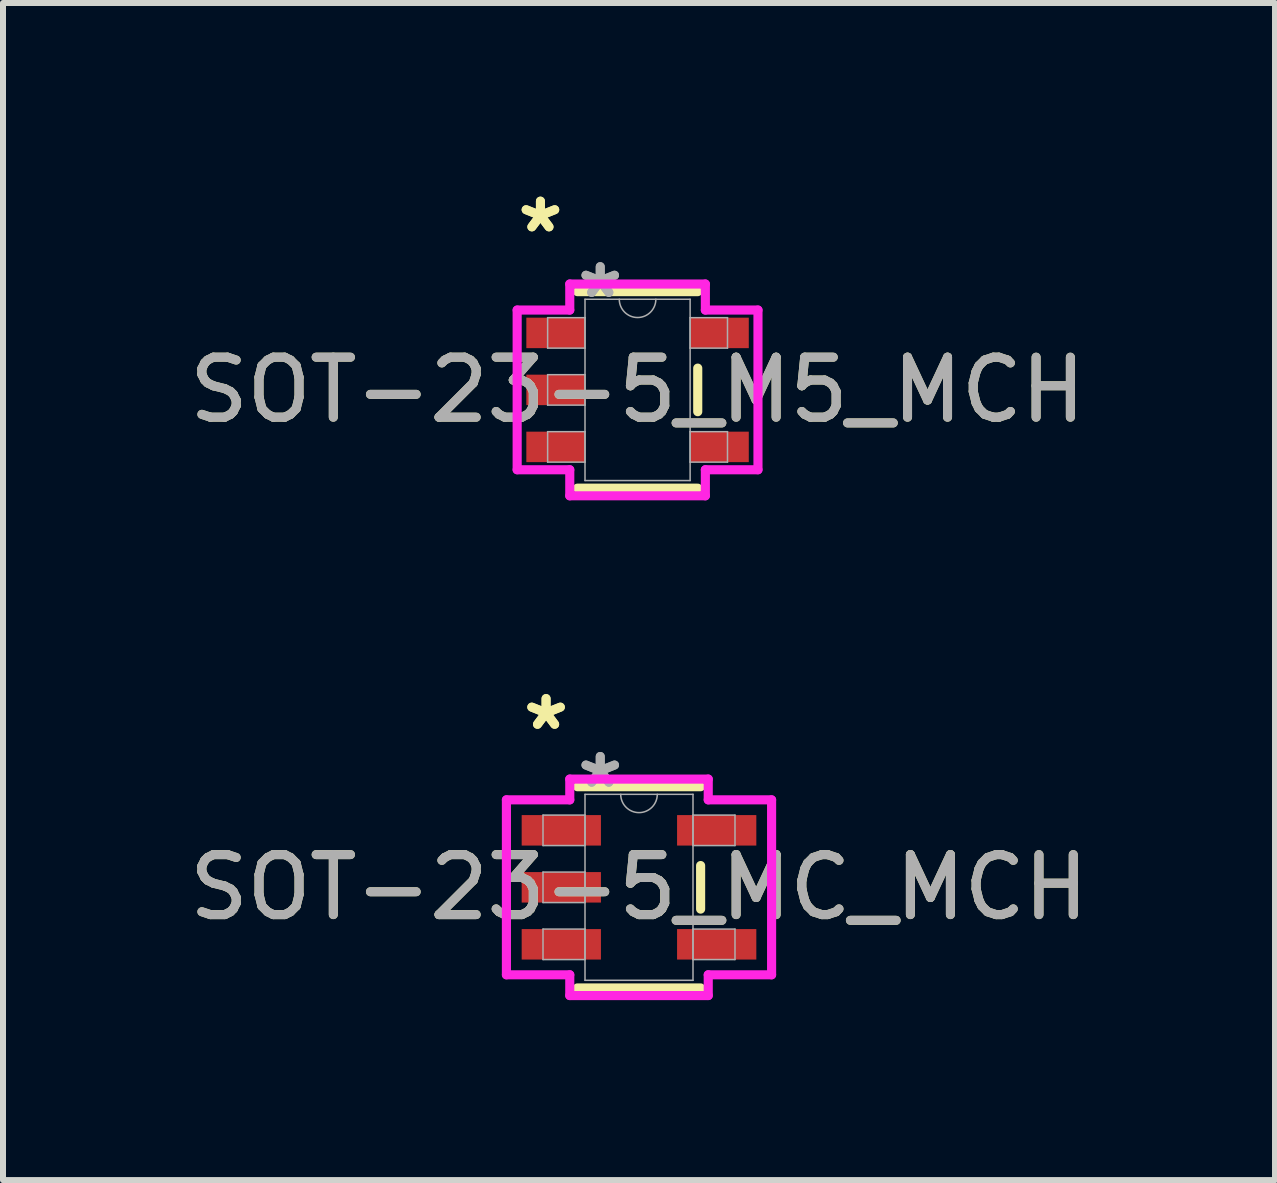
<source format=kicad_pcb>
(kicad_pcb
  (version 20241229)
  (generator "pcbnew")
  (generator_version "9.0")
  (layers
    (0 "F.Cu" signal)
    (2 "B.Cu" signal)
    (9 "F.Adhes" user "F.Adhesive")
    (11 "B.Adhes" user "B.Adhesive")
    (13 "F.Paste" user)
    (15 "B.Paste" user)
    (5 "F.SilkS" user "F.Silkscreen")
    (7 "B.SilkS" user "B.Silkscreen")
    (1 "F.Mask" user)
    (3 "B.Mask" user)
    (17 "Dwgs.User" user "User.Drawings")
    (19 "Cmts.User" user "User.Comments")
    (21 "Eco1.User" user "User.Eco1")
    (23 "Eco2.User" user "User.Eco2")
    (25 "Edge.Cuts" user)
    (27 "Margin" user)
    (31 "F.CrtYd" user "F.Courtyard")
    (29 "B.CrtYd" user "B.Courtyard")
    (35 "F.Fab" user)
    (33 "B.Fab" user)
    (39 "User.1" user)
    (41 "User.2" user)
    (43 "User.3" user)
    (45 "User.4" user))
  (footprint "SOT-23-5_M5_MCH"
    (layer "F.Cu")
    (at 7.577 3.449)
    (property "Reference" "SOT-23-5_M5_MCH" (at 0 0 0) (unlocked yes) (layer "F.SilkS") (effects (font (size 1 1) (thickness 0.15))))
    (attr smd)
    (fp_line (start -1.003 1.638) (end 1.003 1.638) (stroke (width 0.152) (type solid)) (layer "F.SilkS"))
    (fp_line (start 1.003 -1.638) (end -1.003 -1.638) (stroke (width 0.152) (type solid)) (layer "F.SilkS"))
    (fp_line (start 1.003 0.363) (end 1.003 -0.363) (stroke (width 0.152) (type solid)) (layer "F.SilkS"))
    (fp_line (start -2.007 -1.331) (end -1.13 -1.331) (stroke (width 0.152) (type solid)) (layer "F.CrtYd"))
    (fp_line (start -2.007 1.331) (end -2.007 -1.331) (stroke (width 0.152) (type solid)) (layer "F.CrtYd"))
    (fp_line (start -1.13 -1.765) (end 1.13 -1.765) (stroke (width 0.152) (type solid)) (layer "F.CrtYd"))
    (fp_line (start -1.13 -1.331) (end -1.13 -1.765) (stroke (width 0.152) (type solid)) (layer "F.CrtYd"))
    (fp_line (start -1.13 1.331) (end -2.007 1.331) (stroke (width 0.152) (type solid)) (layer "F.CrtYd"))
    (fp_line (start -1.13 1.765) (end -1.13 1.331) (stroke (width 0.152) (type solid)) (layer "F.CrtYd"))
    (fp_line (start 1.13 -1.765) (end 1.13 -1.331) (stroke (width 0.152) (type solid)) (layer "F.CrtYd"))
    (fp_line (start 1.13 -1.331) (end 2.007 -1.331) (stroke (width 0.152) (type solid)) (layer "F.CrtYd"))
    (fp_line (start 1.13 1.331) (end 1.13 1.765) (stroke (width 0.152) (type solid)) (layer "F.CrtYd"))
    (fp_line (start 1.13 1.765) (end -1.13 1.765) (stroke (width 0.152) (type solid)) (layer "F.CrtYd"))
    (fp_line (start 2.007 -1.331) (end 2.007 1.331) (stroke (width 0.152) (type solid)) (layer "F.CrtYd"))
    (fp_line (start 2.007 1.331) (end 1.13 1.331) (stroke (width 0.152) (type solid)) (layer "F.CrtYd"))
    (fp_line (start -1.499 -1.204) (end -1.499 -0.696) (stroke (width 0.025) (type solid)) (layer "F.Fab"))
    (fp_line (start -1.499 -0.696) (end -0.876 -0.696) (stroke (width 0.025) (type solid)) (layer "F.Fab"))
    (fp_line (start -1.499 -0.254) (end -1.499 0.254) (stroke (width 0.025) (type solid)) (layer "F.Fab"))
    (fp_line (start -1.499 0.254) (end -0.876 0.254) (stroke (width 0.025) (type solid)) (layer "F.Fab"))
    (fp_line (start -1.499 0.696) (end -1.499 1.204) (stroke (width 0.025) (type solid)) (layer "F.Fab"))
    (fp_line (start -1.499 1.204) (end -0.876 1.204) (stroke (width 0.025) (type solid)) (layer "F.Fab"))
    (fp_line (start -0.876 -1.511) (end -0.876 1.511) (stroke (width 0.025) (type solid)) (layer "F.Fab"))
    (fp_line (start -0.876 -1.204) (end -1.499 -1.204) (stroke (width 0.025) (type solid)) (layer "F.Fab"))
    (fp_line (start -0.876 -0.696) (end -0.876 -1.204) (stroke (width 0.025) (type solid)) (layer "F.Fab"))
    (fp_line (start -0.876 -0.254) (end -1.499 -0.254) (stroke (width 0.025) (type solid)) (layer "F.Fab"))
    (fp_line (start -0.876 0.254) (end -0.876 -0.254) (stroke (width 0.025) (type solid)) (layer "F.Fab"))
    (fp_line (start -0.876 0.696) (end -1.499 0.696) (stroke (width 0.025) (type solid)) (layer "F.Fab"))
    (fp_line (start -0.876 1.204) (end -0.876 0.696) (stroke (width 0.025) (type solid)) (layer "F.Fab"))
    (fp_line (start -0.876 1.511) (end 0.876 1.511) (stroke (width 0.025) (type solid)) (layer "F.Fab"))
    (fp_line (start 0.876 -1.511) (end -0.876 -1.511) (stroke (width 0.025) (type solid)) (layer "F.Fab"))
    (fp_line (start 0.876 -1.204) (end 0.876 -0.696) (stroke (width 0.025) (type solid)) (layer "F.Fab"))
    (fp_line (start 0.876 -0.696) (end 1.499 -0.696) (stroke (width 0.025) (type solid)) (layer "F.Fab"))
    (fp_line (start 0.876 0.696) (end 0.876 1.204) (stroke (width 0.025) (type solid)) (layer "F.Fab"))
    (fp_line (start 0.876 1.204) (end 1.499 1.204) (stroke (width 0.025) (type solid)) (layer "F.Fab"))
    (fp_line (start 0.876 1.511) (end 0.876 -1.511) (stroke (width 0.025) (type solid)) (layer "F.Fab"))
    (fp_line (start 1.499 -1.204) (end 0.876 -1.204) (stroke (width 0.025) (type solid)) (layer "F.Fab"))
    (fp_line (start 1.499 -0.696) (end 1.499 -1.204) (stroke (width 0.025) (type solid)) (layer "F.Fab"))
    (fp_line (start 1.499 0.696) (end 0.876 0.696) (stroke (width 0.025) (type solid)) (layer "F.Fab"))
    (fp_line (start 1.499 1.204) (end 1.499 0.696) (stroke (width 0.025) (type solid)) (layer "F.Fab"))
    (fp_arc (start 0.3048 -1.5113) (mid 0 -1.2065) (end -0.3048 -1.5113) (stroke (width 0.0254) (type solid)) (layer "F.Fab"))
    (fp_text user "*" (at -1.619 -2.601 0) (unlocked yes) (layer "F.SilkS") (effects (font (size 1 1) (thickness 0.15))))
    (fp_text user "*" (at -1.619 -2.601 0) (layer "F.SilkS") (effects (font (size 1 1) (thickness 0.15))))
    (fp_text user "${REFERENCE}" (at 0 0 0) (unlocked yes) (layer "F.Fab") (effects (font (size 1 1) (thickness 0.15))))
    (fp_text user "*" (at -0.622 -1.509 0) (layer "F.Fab") (effects (font (size 1 1) (thickness 0.15))))
    (fp_text user "*" (at -0.622 -1.509 0) (unlocked yes) (layer "F.Fab") (effects (font (size 1 1) (thickness 0.15))))
    (pad "1" smd rect (at -1.365 -0.95) (size 0.978 0.508) (layers "F.Cu" "F.Mask" "F.Paste"))
    (pad "2" smd rect (at -1.365 0) (size 0.978 0.508) (layers "F.Cu" "F.Mask" "F.Paste"))
    (pad "3" smd rect (at -1.365 0.95) (size 0.978 0.508) (layers "F.Cu" "F.Mask" "F.Paste"))
    (pad "4" smd rect (at 1.365 0.95) (size 0.978 0.508) (layers "F.Cu" "F.Mask" "F.Paste"))
    (pad "5" smd rect (at 1.365 -0.95) (size 0.978 0.508) (layers "F.Cu" "F.Mask" "F.Paste")))
  (footprint "SOT-23-5_MC_MCH"
    (layer "F.Cu")
    (at 7.601 11.74)
    (property "Reference" "SOT-23-5_MC_MCH" (at 0 0 0) (unlocked yes) (layer "F.SilkS") (effects (font (size 1 1) (thickness 0.15))))
    (attr smd)
    (fp_line (start -1.027 1.677) (end 1.027 1.677) (stroke (width 0.152) (type solid)) (layer "F.SilkS"))
    (fp_line (start 1.027 -1.677) (end -1.027 -1.677) (stroke (width 0.152) (type solid)) (layer "F.SilkS"))
    (fp_line (start 1.027 0.363) (end 1.027 -0.363) (stroke (width 0.152) (type solid)) (layer "F.SilkS"))
    (fp_line (start -2.21 -1.458) (end -1.154 -1.458) (stroke (width 0.152) (type solid)) (layer "F.CrtYd"))
    (fp_line (start -2.21 1.458) (end -2.21 -1.458) (stroke (width 0.152) (type solid)) (layer "F.CrtYd"))
    (fp_line (start -1.154 -1.804) (end 1.154 -1.804) (stroke (width 0.152) (type solid)) (layer "F.CrtYd"))
    (fp_line (start -1.154 -1.458) (end -1.154 -1.804) (stroke (width 0.152) (type solid)) (layer "F.CrtYd"))
    (fp_line (start -1.154 1.458) (end -2.21 1.458) (stroke (width 0.152) (type solid)) (layer "F.CrtYd"))
    (fp_line (start -1.154 1.804) (end -1.154 1.458) (stroke (width 0.152) (type solid)) (layer "F.CrtYd"))
    (fp_line (start 1.154 -1.804) (end 1.154 -1.458) (stroke (width 0.152) (type solid)) (layer "F.CrtYd"))
    (fp_line (start 1.154 -1.458) (end 2.21 -1.458) (stroke (width 0.152) (type solid)) (layer "F.CrtYd"))
    (fp_line (start 1.154 1.458) (end 1.154 1.804) (stroke (width 0.152) (type solid)) (layer "F.CrtYd"))
    (fp_line (start 1.154 1.804) (end -1.154 1.804) (stroke (width 0.152) (type solid)) (layer "F.CrtYd"))
    (fp_line (start 2.21 -1.458) (end 2.21 1.458) (stroke (width 0.152) (type solid)) (layer "F.CrtYd"))
    (fp_line (start 2.21 1.458) (end 1.154 1.458) (stroke (width 0.152) (type solid)) (layer "F.CrtYd"))
    (fp_line (start -1.6 -1.204) (end -1.6 -0.696) (stroke (width 0.025) (type solid)) (layer "F.Fab"))
    (fp_line (start -1.6 -0.696) (end -0.9 -0.696) (stroke (width 0.025) (type solid)) (layer "F.Fab"))
    (fp_line (start -1.6 -0.254) (end -1.6 0.254) (stroke (width 0.025) (type solid)) (layer "F.Fab"))
    (fp_line (start -1.6 0.254) (end -0.9 0.254) (stroke (width 0.025) (type solid)) (layer "F.Fab"))
    (fp_line (start -1.6 0.696) (end -1.6 1.204) (stroke (width 0.025) (type solid)) (layer "F.Fab"))
    (fp_line (start -1.6 1.204) (end -0.9 1.204) (stroke (width 0.025) (type solid)) (layer "F.Fab"))
    (fp_line (start -0.9 -1.55) (end -0.9 1.55) (stroke (width 0.025) (type solid)) (layer "F.Fab"))
    (fp_line (start -0.9 -1.204) (end -1.6 -1.204) (stroke (width 0.025) (type solid)) (layer "F.Fab"))
    (fp_line (start -0.9 -0.696) (end -0.9 -1.204) (stroke (width 0.025) (type solid)) (layer "F.Fab"))
    (fp_line (start -0.9 -0.254) (end -1.6 -0.254) (stroke (width 0.025) (type solid)) (layer "F.Fab"))
    (fp_line (start -0.9 0.254) (end -0.9 -0.254) (stroke (width 0.025) (type solid)) (layer "F.Fab"))
    (fp_line (start -0.9 0.696) (end -1.6 0.696) (stroke (width 0.025) (type solid)) (layer "F.Fab"))
    (fp_line (start -0.9 1.204) (end -0.9 0.696) (stroke (width 0.025) (type solid)) (layer "F.Fab"))
    (fp_line (start -0.9 1.55) (end 0.9 1.55) (stroke (width 0.025) (type solid)) (layer "F.Fab"))
    (fp_line (start 0.9 -1.55) (end -0.9 -1.55) (stroke (width 0.025) (type solid)) (layer "F.Fab"))
    (fp_line (start 0.9 -1.204) (end 0.9 -0.696) (stroke (width 0.025) (type solid)) (layer "F.Fab"))
    (fp_line (start 0.9 -0.696) (end 1.6 -0.696) (stroke (width 0.025) (type solid)) (layer "F.Fab"))
    (fp_line (start 0.9 0.696) (end 0.9 1.204) (stroke (width 0.025) (type solid)) (layer "F.Fab"))
    (fp_line (start 0.9 1.204) (end 1.6 1.204) (stroke (width 0.025) (type solid)) (layer "F.Fab"))
    (fp_line (start 0.9 1.55) (end 0.9 -1.55) (stroke (width 0.025) (type solid)) (layer "F.Fab"))
    (fp_line (start 1.6 -1.204) (end 0.9 -1.204) (stroke (width 0.025) (type solid)) (layer "F.Fab"))
    (fp_line (start 1.6 -0.696) (end 1.6 -1.204) (stroke (width 0.025) (type solid)) (layer "F.Fab"))
    (fp_line (start 1.6 0.696) (end 0.9 0.696) (stroke (width 0.025) (type solid)) (layer "F.Fab"))
    (fp_line (start 1.6 1.204) (end 1.6 0.696) (stroke (width 0.025) (type solid)) (layer "F.Fab"))
    (fp_arc (start 0.3048 -1.549999) (mid 0 -1.245199) (end -0.3048 -1.549999) (stroke (width 0.0254) (type solid)) (layer "F.Fab"))
    (fp_text user "*" (at -1.549 -2.601 0) (layer "F.SilkS") (effects (font (size 1 1) (thickness 0.15))))
    (fp_text user "*" (at -1.549 -2.601 0) (unlocked yes) (layer "F.SilkS") (effects (font (size 1 1) (thickness 0.15))))
    (fp_text user "*" (at -0.646 -1.636 0) (unlocked yes) (layer "F.Fab") (effects (font (size 1 1) (thickness 0.15))))
    (fp_text user "${REFERENCE}" (at 0 0 0) (unlocked yes) (layer "F.Fab") (effects (font (size 1 1) (thickness 0.15))))
    (fp_text user "*" (at -0.646 -1.636 0) (layer "F.Fab") (effects (font (size 1 1) (thickness 0.15))))
    (pad "1" smd rect (at -1.295 -0.95) (size 1.321 0.508) (layers "F.Cu" "F.Mask" "F.Paste"))
    (pad "2" smd rect (at -1.295 0) (size 1.321 0.508) (layers "F.Cu" "F.Mask" "F.Paste"))
    (pad "3" smd rect (at -1.295 0.95) (size 1.321 0.508) (layers "F.Cu" "F.Mask" "F.Paste"))
    (pad "4" smd rect (at 1.295 0.95) (size 1.321 0.508) (layers "F.Cu" "F.Mask" "F.Paste"))
    (pad "5" smd rect (at 1.295 -0.95) (size 1.321 0.508) (layers "F.Cu" "F.Mask" "F.Paste")))
  (gr_rect
    (start -3 -3)
    (end 18.202 16.62)
    (stroke (width 0.1) (type default))
    (fill no)
    (layer "Edge.Cuts")))
</source>
